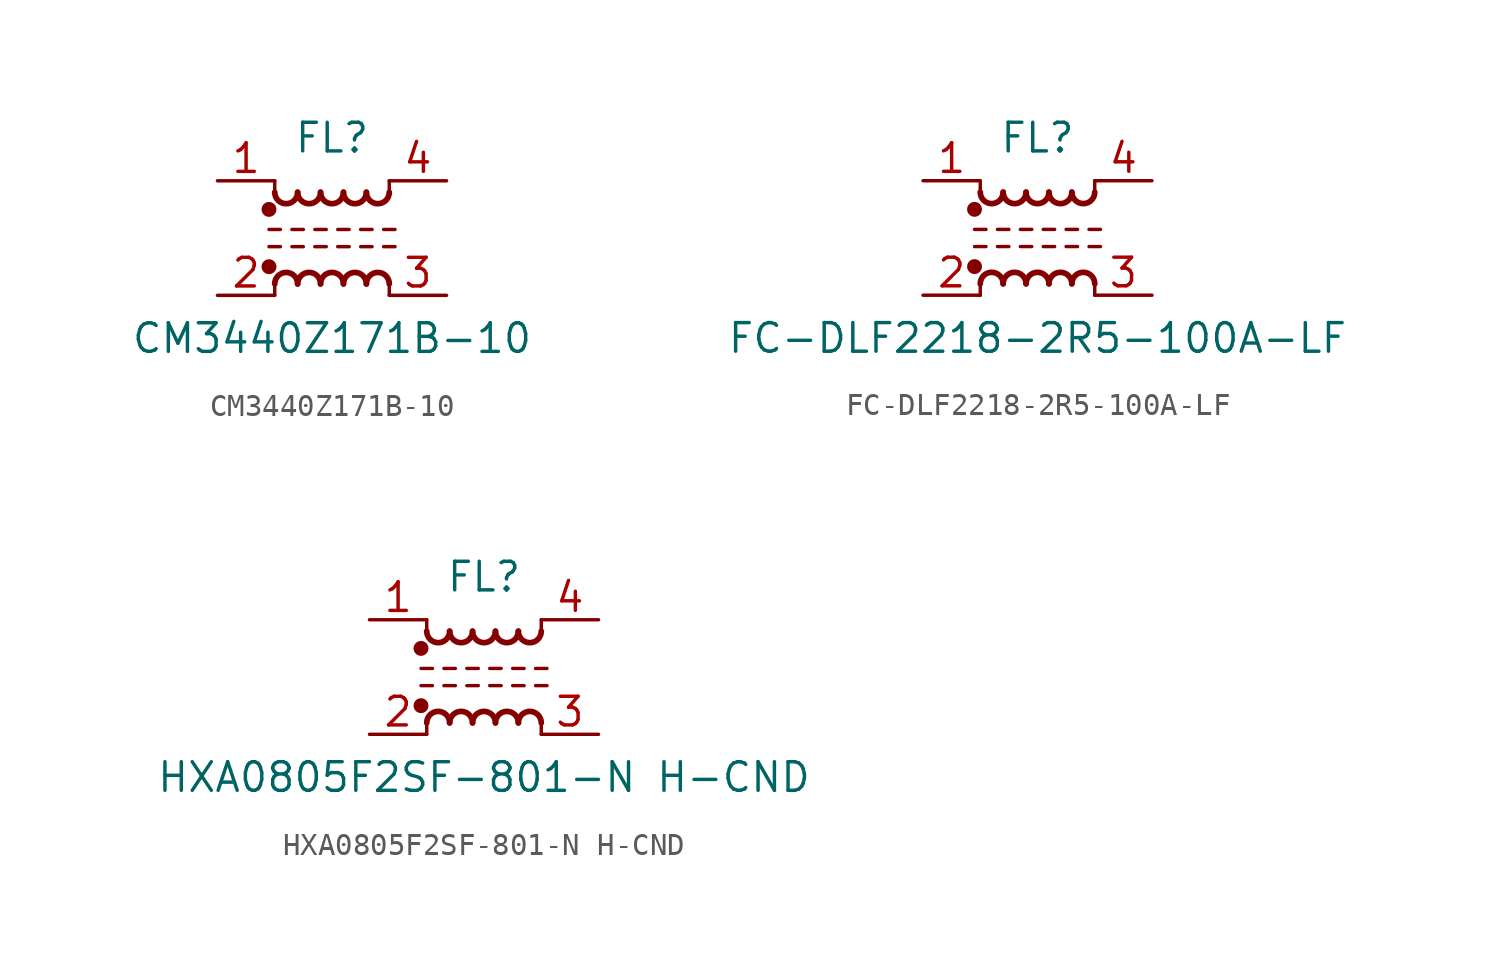
<source format=kicad_sym>
(kicad_symbol_lib
  (version 20241209)
  (generator "kicad_symbol_editor")
  (generator_version "9.0")
  (symbol "CM3440Z171B-10"
    (pin_names
      (offset 0.254)
      (hide yes))
    (property "Reference" "FL"
      (at 0 4.445 0)
      (effects (font (size 1.27 1.27))))
    (property "Value" "CM3440Z171B-10"
      (at 0 -4.445 0)
      (effects (font (size 1.27 1.27))))
    (symbol "CM3440Z171B-10_0_1"
      (circle (center -2.794 1.27) (radius 0.254) (stroke (width 0) (type default)) (fill (type outline)))
      (polyline (pts (xy -2.794 0.381) (xy -2.286 0.381)) (stroke (width 0) (type default)) (fill (type none)))
      (polyline (pts (xy -2.794 -0.381) (xy -2.286 -0.381)) (stroke (width 0) (type default)) (fill (type none)))
      (circle (center -2.794 -1.27) (radius 0.254) (stroke (width 0) (type default)) (fill (type outline)))
      (polyline (pts (xy -2.54 2.032) (xy -2.54 2.54)) (stroke (width 0) (type default)) (fill (type none)))
      (polyline (pts (xy -2.54 -2.032) (xy -2.54 -2.54)) (stroke (width 0) (type default)) (fill (type none)))
      (arc (start -1.524 2.032) (mid -2.032 1.5262) (end -2.54 2.032) (stroke (width 0.254) (type default)) (fill (type none)))
      (arc (start -2.54 -2.032) (mid -2.032 -1.5262) (end -1.524 -2.032) (stroke (width 0.254) (type default)) (fill (type none)))
      (polyline (pts (xy -1.778 0.381) (xy -1.27 0.381)) (stroke (width 0) (type default)) (fill (type none)))
      (polyline (pts (xy -1.778 -0.381) (xy -1.27 -0.381)) (stroke (width 0) (type default)) (fill (type none)))
      (arc (start -0.508 2.032) (mid -1.016 1.5262) (end -1.524 2.032) (stroke (width 0.254) (type default)) (fill (type none)))
      (arc (start -1.524 -2.032) (mid -1.016 -1.5262) (end -0.508 -2.032) (stroke (width 0.254) (type default)) (fill (type none)))
      (polyline (pts (xy -0.762 0.381) (xy -0.254 0.381)) (stroke (width 0) (type default)) (fill (type none)))
      (polyline (pts (xy -0.762 -0.381) (xy -0.254 -0.381)) (stroke (width 0) (type default)) (fill (type none)))
      (arc (start 0.508 2.032) (mid 0 1.5262) (end -0.508 2.032) (stroke (width 0.254) (type default)) (fill (type none)))
      (arc (start -0.508 -2.032) (mid 0 -1.5262) (end 0.508 -2.032) (stroke (width 0.254) (type default)) (fill (type none)))
      (polyline (pts (xy 0.254 0.381) (xy 0.762 0.381)) (stroke (width 0) (type default)) (fill (type none)))
      (polyline (pts (xy 0.254 -0.381) (xy 0.762 -0.381)) (stroke (width 0) (type default)) (fill (type none)))
      (arc (start 1.524 2.032) (mid 1.016 1.5262) (end 0.508 2.032) (stroke (width 0.254) (type default)) (fill (type none)))
      (arc (start 0.508 -2.032) (mid 1.016 -1.5262) (end 1.524 -2.032) (stroke (width 0.254) (type default)) (fill (type none)))
      (polyline (pts (xy 1.27 0.381) (xy 1.778 0.381)) (stroke (width 0) (type default)) (fill (type none)))
      (polyline (pts (xy 1.27 -0.381) (xy 1.778 -0.381)) (stroke (width 0) (type default)) (fill (type none)))
      (arc (start 2.54 2.032) (mid 2.032 1.5262) (end 1.524 2.032) (stroke (width 0.254) (type default)) (fill (type none)))
      (arc (start 1.524 -2.032) (mid 2.032 -1.5262) (end 2.54 -2.032) (stroke (width 0.254) (type default)) (fill (type none)))
      (polyline (pts (xy 2.286 0.381) (xy 2.794 0.381)) (stroke (width 0) (type default)) (fill (type none)))
      (polyline (pts (xy 2.286 -0.381) (xy 2.794 -0.381)) (stroke (width 0) (type default)) (fill (type none)))
      (polyline (pts (xy 2.54 2.54) (xy 2.54 2.032)) (stroke (width 0) (type default)) (fill (type none)))
      (polyline (pts (xy 2.54 -2.032) (xy 2.54 -2.54)) (stroke (width 0) (type default)) (fill (type none))))
    (symbol "CM3440Z171B-10_1_1"
      (pin passive line (at -5.08 2.54 0) (length 2.54) (name "1" (effects (font (size 1.27 1.27)))) (number "1" (effects (font (size 1.27 1.27)))))
      (pin passive line (at -5.08 -2.54 0) (length 2.54) (name "2" (effects (font (size 1.27 1.27)))) (number "2" (effects (font (size 1.27 1.27)))))
      (pin passive line (at 5.08 2.54 180) (length 2.54) (name "4" (effects (font (size 1.27 1.27)))) (number "4" (effects (font (size 1.27 1.27)))))
      (pin passive line (at 5.08 -2.54 180) (length 2.54) (name "3" (effects (font (size 1.27 1.27)))) (number "3" (effects (font (size 1.27 1.27)))))))
  (symbol "FC-DLF2218-2R5-100A-LF"
    (pin_names
      (offset 0.254)
      (hide yes))
    (property "Reference" "FL"
      (at 0 4.445 0)
      (effects (font (size 1.27 1.27))))
    (property "Value" "FC-DLF2218-2R5-100A-LF"
      (at 0 -4.445 0)
      (effects (font (size 1.27 1.27))))
    (symbol "FC-DLF2218-2R5-100A-LF_0_1"
      (circle (center -2.794 1.27) (radius 0.254) (stroke (width 0) (type default)) (fill (type outline)))
      (polyline (pts (xy -2.794 0.381) (xy -2.286 0.381)) (stroke (width 0) (type default)) (fill (type none)))
      (polyline (pts (xy -2.794 -0.381) (xy -2.286 -0.381)) (stroke (width 0) (type default)) (fill (type none)))
      (circle (center -2.794 -1.27) (radius 0.254) (stroke (width 0) (type default)) (fill (type outline)))
      (polyline (pts (xy -2.54 2.032) (xy -2.54 2.54)) (stroke (width 0) (type default)) (fill (type none)))
      (polyline (pts (xy -2.54 -2.032) (xy -2.54 -2.54)) (stroke (width 0) (type default)) (fill (type none)))
      (arc (start -1.524 2.032) (mid -2.032 1.5262) (end -2.54 2.032) (stroke (width 0.254) (type default)) (fill (type none)))
      (arc (start -2.54 -2.032) (mid -2.032 -1.5262) (end -1.524 -2.032) (stroke (width 0.254) (type default)) (fill (type none)))
      (polyline (pts (xy -1.778 0.381) (xy -1.27 0.381)) (stroke (width 0) (type default)) (fill (type none)))
      (polyline (pts (xy -1.778 -0.381) (xy -1.27 -0.381)) (stroke (width 0) (type default)) (fill (type none)))
      (arc (start -0.508 2.032) (mid -1.016 1.5262) (end -1.524 2.032) (stroke (width 0.254) (type default)) (fill (type none)))
      (arc (start -1.524 -2.032) (mid -1.016 -1.5262) (end -0.508 -2.032) (stroke (width 0.254) (type default)) (fill (type none)))
      (polyline (pts (xy -0.762 0.381) (xy -0.254 0.381)) (stroke (width 0) (type default)) (fill (type none)))
      (polyline (pts (xy -0.762 -0.381) (xy -0.254 -0.381)) (stroke (width 0) (type default)) (fill (type none)))
      (arc (start 0.508 2.032) (mid 0 1.5262) (end -0.508 2.032) (stroke (width 0.254) (type default)) (fill (type none)))
      (arc (start -0.508 -2.032) (mid 0 -1.5262) (end 0.508 -2.032) (stroke (width 0.254) (type default)) (fill (type none)))
      (polyline (pts (xy 0.254 0.381) (xy 0.762 0.381)) (stroke (width 0) (type default)) (fill (type none)))
      (polyline (pts (xy 0.254 -0.381) (xy 0.762 -0.381)) (stroke (width 0) (type default)) (fill (type none)))
      (arc (start 1.524 2.032) (mid 1.016 1.5262) (end 0.508 2.032) (stroke (width 0.254) (type default)) (fill (type none)))
      (arc (start 0.508 -2.032) (mid 1.016 -1.5262) (end 1.524 -2.032) (stroke (width 0.254) (type default)) (fill (type none)))
      (polyline (pts (xy 1.27 0.381) (xy 1.778 0.381)) (stroke (width 0) (type default)) (fill (type none)))
      (polyline (pts (xy 1.27 -0.381) (xy 1.778 -0.381)) (stroke (width 0) (type default)) (fill (type none)))
      (arc (start 2.54 2.032) (mid 2.032 1.5262) (end 1.524 2.032) (stroke (width 0.254) (type default)) (fill (type none)))
      (arc (start 1.524 -2.032) (mid 2.032 -1.5262) (end 2.54 -2.032) (stroke (width 0.254) (type default)) (fill (type none)))
      (polyline (pts (xy 2.286 0.381) (xy 2.794 0.381)) (stroke (width 0) (type default)) (fill (type none)))
      (polyline (pts (xy 2.286 -0.381) (xy 2.794 -0.381)) (stroke (width 0) (type default)) (fill (type none)))
      (polyline (pts (xy 2.54 2.54) (xy 2.54 2.032)) (stroke (width 0) (type default)) (fill (type none)))
      (polyline (pts (xy 2.54 -2.032) (xy 2.54 -2.54)) (stroke (width 0) (type default)) (fill (type none))))
    (symbol "FC-DLF2218-2R5-100A-LF_1_1"
      (pin passive line (at -5.08 2.54 0) (length 2.54) (name "1" (effects (font (size 1.27 1.27)))) (number "1" (effects (font (size 1.27 1.27)))))
      (pin passive line (at -5.08 -2.54 0) (length 2.54) (name "2" (effects (font (size 1.27 1.27)))) (number "2" (effects (font (size 1.27 1.27)))))
      (pin passive line (at 5.08 2.54 180) (length 2.54) (name "4" (effects (font (size 1.27 1.27)))) (number "4" (effects (font (size 1.27 1.27)))))
      (pin passive line (at 5.08 -2.54 180) (length 2.54) (name "3" (effects (font (size 1.27 1.27)))) (number "3" (effects (font (size 1.27 1.27)))))))
  (symbol "HXA0805F2SF-801-N H-CND"
    (pin_names
      (offset 0.254)
      (hide yes))
    (property "Reference" "FL"
      (at 0 4.445 0)
      (effects (font (size 1.27 1.27))))
    (property "Value" "HXA0805F2SF-801-N H-CND"
      (at 0 -4.445 0)
      (effects (font (size 1.27 1.27))))
    (symbol "HXA0805F2SF-801-N H-CND_0_1"
      (circle (center -2.794 1.27) (radius 0.254) (stroke (width 0) (type default)) (fill (type outline)))
      (polyline (pts (xy -2.794 0.381) (xy -2.286 0.381)) (stroke (width 0) (type default)) (fill (type none)))
      (polyline (pts (xy -2.794 -0.381) (xy -2.286 -0.381)) (stroke (width 0) (type default)) (fill (type none)))
      (circle (center -2.794 -1.27) (radius 0.254) (stroke (width 0) (type default)) (fill (type outline)))
      (polyline (pts (xy -2.54 2.032) (xy -2.54 2.54)) (stroke (width 0) (type default)) (fill (type none)))
      (polyline (pts (xy -2.54 -2.032) (xy -2.54 -2.54)) (stroke (width 0) (type default)) (fill (type none)))
      (arc (start -1.524 2.032) (mid -2.032 1.5262) (end -2.54 2.032) (stroke (width 0.254) (type default)) (fill (type none)))
      (arc (start -2.54 -2.032) (mid -2.032 -1.5262) (end -1.524 -2.032) (stroke (width 0.254) (type default)) (fill (type none)))
      (polyline (pts (xy -1.778 0.381) (xy -1.27 0.381)) (stroke (width 0) (type default)) (fill (type none)))
      (polyline (pts (xy -1.778 -0.381) (xy -1.27 -0.381)) (stroke (width 0) (type default)) (fill (type none)))
      (arc (start -0.508 2.032) (mid -1.016 1.5262) (end -1.524 2.032) (stroke (width 0.254) (type default)) (fill (type none)))
      (arc (start -1.524 -2.032) (mid -1.016 -1.5262) (end -0.508 -2.032) (stroke (width 0.254) (type default)) (fill (type none)))
      (polyline (pts (xy -0.762 0.381) (xy -0.254 0.381)) (stroke (width 0) (type default)) (fill (type none)))
      (polyline (pts (xy -0.762 -0.381) (xy -0.254 -0.381)) (stroke (width 0) (type default)) (fill (type none)))
      (arc (start 0.508 2.032) (mid 0 1.5262) (end -0.508 2.032) (stroke (width 0.254) (type default)) (fill (type none)))
      (arc (start -0.508 -2.032) (mid 0 -1.5262) (end 0.508 -2.032) (stroke (width 0.254) (type default)) (fill (type none)))
      (polyline (pts (xy 0.254 0.381) (xy 0.762 0.381)) (stroke (width 0) (type default)) (fill (type none)))
      (polyline (pts (xy 0.254 -0.381) (xy 0.762 -0.381)) (stroke (width 0) (type default)) (fill (type none)))
      (arc (start 1.524 2.032) (mid 1.016 1.5262) (end 0.508 2.032) (stroke (width 0.254) (type default)) (fill (type none)))
      (arc (start 0.508 -2.032) (mid 1.016 -1.5262) (end 1.524 -2.032) (stroke (width 0.254) (type default)) (fill (type none)))
      (polyline (pts (xy 1.27 0.381) (xy 1.778 0.381)) (stroke (width 0) (type default)) (fill (type none)))
      (polyline (pts (xy 1.27 -0.381) (xy 1.778 -0.381)) (stroke (width 0) (type default)) (fill (type none)))
      (arc (start 2.54 2.032) (mid 2.032 1.5262) (end 1.524 2.032) (stroke (width 0.254) (type default)) (fill (type none)))
      (arc (start 1.524 -2.032) (mid 2.032 -1.5262) (end 2.54 -2.032) (stroke (width 0.254) (type default)) (fill (type none)))
      (polyline (pts (xy 2.286 0.381) (xy 2.794 0.381)) (stroke (width 0) (type default)) (fill (type none)))
      (polyline (pts (xy 2.286 -0.381) (xy 2.794 -0.381)) (stroke (width 0) (type default)) (fill (type none)))
      (polyline (pts (xy 2.54 2.54) (xy 2.54 2.032)) (stroke (width 0) (type default)) (fill (type none)))
      (polyline (pts (xy 2.54 -2.032) (xy 2.54 -2.54)) (stroke (width 0) (type default)) (fill (type none))))
    (symbol "HXA0805F2SF-801-N H-CND_1_1"
      (pin passive line (at -5.08 2.54 0) (length 2.54) (name "1" (effects (font (size 1.27 1.27)))) (number "1" (effects (font (size 1.27 1.27)))))
      (pin passive line (at -5.08 -2.54 0) (length 2.54) (name "2" (effects (font (size 1.27 1.27)))) (number "2" (effects (font (size 1.27 1.27)))))
      (pin passive line (at 5.08 2.54 180) (length 2.54) (name "4" (effects (font (size 1.27 1.27)))) (number "4" (effects (font (size 1.27 1.27)))))
      (pin passive line (at 5.08 -2.54 180) (length 2.54) (name "3" (effects (font (size 1.27 1.27)))) (number "3" (effects (font (size 1.27 1.27))))))))
</source>
